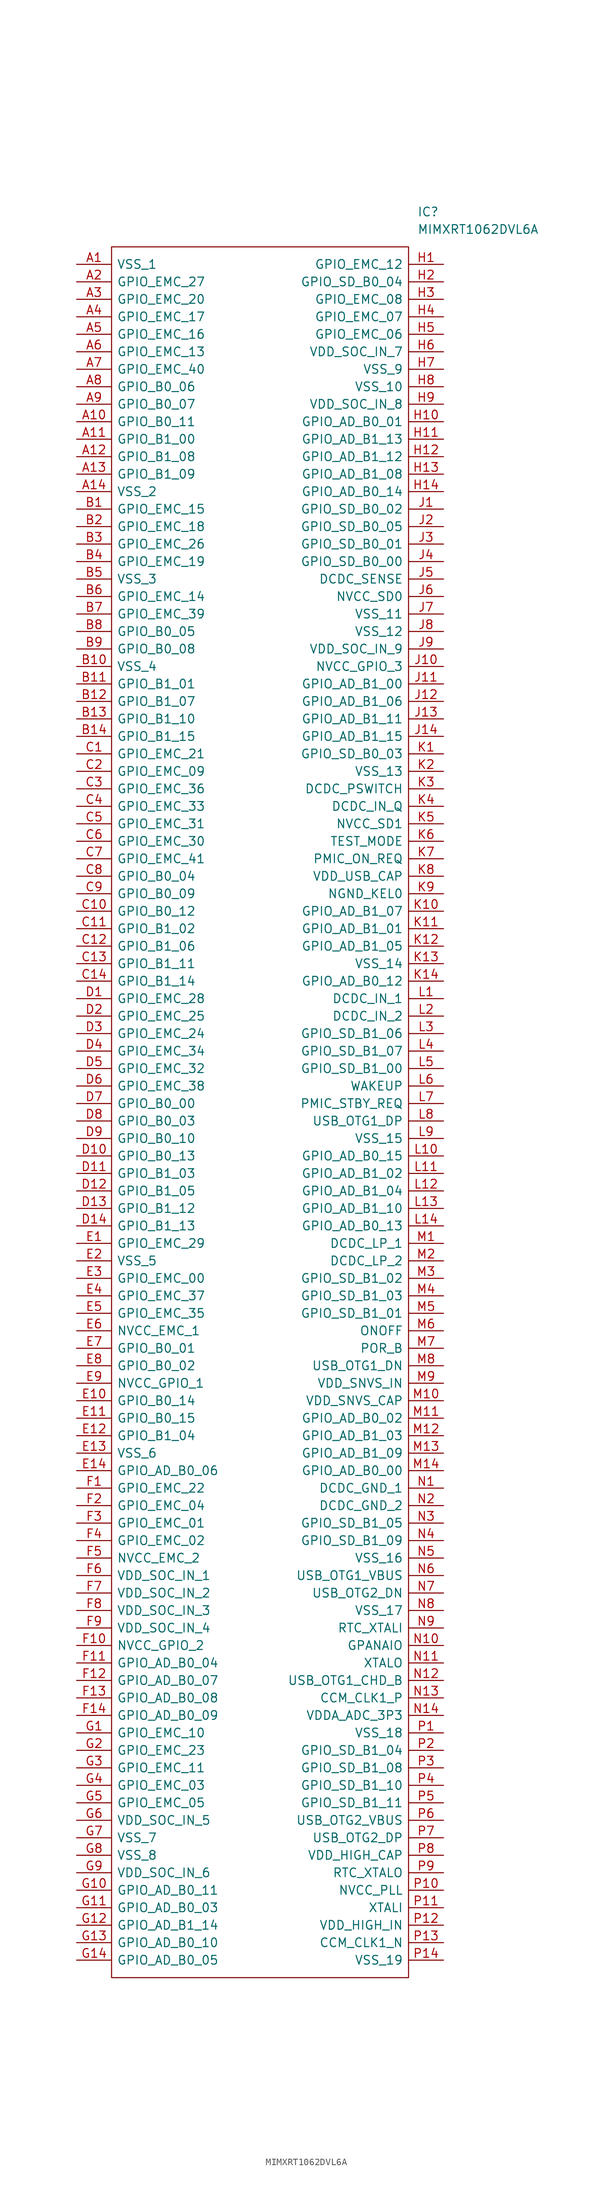
<source format=kicad_sym>
(kicad_symbol_lib
  (version 20241209)
  (generator "kicad_symbol_editor")
  (generator_version "9.0")
  (symbol "MIMXRT1062DVL6A"
    (pin_names
      (offset 0.762))
    (property "Reference" "IC"
      (at 49.53 7.62 0)
      (effects (font (size 1.27 1.27)) (justify left)))
    (property "Value" "MIMXRT1062DVL6A"
      (at 49.53 5.08 0)
      (effects (font (size 1.27 1.27)) (justify left)))
    (symbol "MIMXRT1062DVL6A_0_0"
      (pin passive line (at 0 0 0) (length 5.08) (name "VSS_1" (effects (font (size 1.27 1.27)))) (number "A1" (effects (font (size 1.27 1.27)))))
      (pin passive line (at 0 -2.54 0) (length 5.08) (name "GPIO_EMC_27" (effects (font (size 1.27 1.27)))) (number "A2" (effects (font (size 1.27 1.27)))))
      (pin passive line (at 0 -5.08 0) (length 5.08) (name "GPIO_EMC_20" (effects (font (size 1.27 1.27)))) (number "A3" (effects (font (size 1.27 1.27)))))
      (pin passive line (at 0 -7.62 0) (length 5.08) (name "GPIO_EMC_17" (effects (font (size 1.27 1.27)))) (number "A4" (effects (font (size 1.27 1.27)))))
      (pin passive line (at 0 -10.16 0) (length 5.08) (name "GPIO_EMC_16" (effects (font (size 1.27 1.27)))) (number "A5" (effects (font (size 1.27 1.27)))))
      (pin passive line (at 0 -12.7 0) (length 5.08) (name "GPIO_EMC_13" (effects (font (size 1.27 1.27)))) (number "A6" (effects (font (size 1.27 1.27)))))
      (pin passive line (at 0 -15.24 0) (length 5.08) (name "GPIO_EMC_40" (effects (font (size 1.27 1.27)))) (number "A7" (effects (font (size 1.27 1.27)))))
      (pin passive line (at 0 -17.78 0) (length 5.08) (name "GPIO_B0_06" (effects (font (size 1.27 1.27)))) (number "A8" (effects (font (size 1.27 1.27)))))
      (pin passive line (at 0 -20.32 0) (length 5.08) (name "GPIO_B0_07" (effects (font (size 1.27 1.27)))) (number "A9" (effects (font (size 1.27 1.27)))))
      (pin passive line (at 0 -22.86 0) (length 5.08) (name "GPIO_B0_11" (effects (font (size 1.27 1.27)))) (number "A10" (effects (font (size 1.27 1.27)))))
      (pin passive line (at 0 -25.4 0) (length 5.08) (name "GPIO_B1_00" (effects (font (size 1.27 1.27)))) (number "A11" (effects (font (size 1.27 1.27)))))
      (pin passive line (at 0 -27.94 0) (length 5.08) (name "GPIO_B1_08" (effects (font (size 1.27 1.27)))) (number "A12" (effects (font (size 1.27 1.27)))))
      (pin passive line (at 0 -30.48 0) (length 5.08) (name "GPIO_B1_09" (effects (font (size 1.27 1.27)))) (number "A13" (effects (font (size 1.27 1.27)))))
      (pin passive line (at 0 -33.02 0) (length 5.08) (name "VSS_2" (effects (font (size 1.27 1.27)))) (number "A14" (effects (font (size 1.27 1.27)))))
      (pin passive line (at 0 -35.56 0) (length 5.08) (name "GPIO_EMC_15" (effects (font (size 1.27 1.27)))) (number "B1" (effects (font (size 1.27 1.27)))))
      (pin passive line (at 0 -38.1 0) (length 5.08) (name "GPIO_EMC_18" (effects (font (size 1.27 1.27)))) (number "B2" (effects (font (size 1.27 1.27)))))
      (pin passive line (at 0 -40.64 0) (length 5.08) (name "GPIO_EMC_26" (effects (font (size 1.27 1.27)))) (number "B3" (effects (font (size 1.27 1.27)))))
      (pin passive line (at 0 -43.18 0) (length 5.08) (name "GPIO_EMC_19" (effects (font (size 1.27 1.27)))) (number "B4" (effects (font (size 1.27 1.27)))))
      (pin passive line (at 0 -45.72 0) (length 5.08) (name "VSS_3" (effects (font (size 1.27 1.27)))) (number "B5" (effects (font (size 1.27 1.27)))))
      (pin passive line (at 0 -48.26 0) (length 5.08) (name "GPIO_EMC_14" (effects (font (size 1.27 1.27)))) (number "B6" (effects (font (size 1.27 1.27)))))
      (pin passive line (at 0 -50.8 0) (length 5.08) (name "GPIO_EMC_39" (effects (font (size 1.27 1.27)))) (number "B7" (effects (font (size 1.27 1.27)))))
      (pin passive line (at 0 -53.34 0) (length 5.08) (name "GPIO_B0_05" (effects (font (size 1.27 1.27)))) (number "B8" (effects (font (size 1.27 1.27)))))
      (pin passive line (at 0 -55.88 0) (length 5.08) (name "GPIO_B0_08" (effects (font (size 1.27 1.27)))) (number "B9" (effects (font (size 1.27 1.27)))))
      (pin passive line (at 0 -58.42 0) (length 5.08) (name "VSS_4" (effects (font (size 1.27 1.27)))) (number "B10" (effects (font (size 1.27 1.27)))))
      (pin passive line (at 0 -60.96 0) (length 5.08) (name "GPIO_B1_01" (effects (font (size 1.27 1.27)))) (number "B11" (effects (font (size 1.27 1.27)))))
      (pin passive line (at 0 -63.5 0) (length 5.08) (name "GPIO_B1_07" (effects (font (size 1.27 1.27)))) (number "B12" (effects (font (size 1.27 1.27)))))
      (pin passive line (at 0 -66.04 0) (length 5.08) (name "GPIO_B1_10" (effects (font (size 1.27 1.27)))) (number "B13" (effects (font (size 1.27 1.27)))))
      (pin passive line (at 0 -68.58 0) (length 5.08) (name "GPIO_B1_15" (effects (font (size 1.27 1.27)))) (number "B14" (effects (font (size 1.27 1.27)))))
      (pin passive line (at 0 -71.12 0) (length 5.08) (name "GPIO_EMC_21" (effects (font (size 1.27 1.27)))) (number "C1" (effects (font (size 1.27 1.27)))))
      (pin passive line (at 0 -73.66 0) (length 5.08) (name "GPIO_EMC_09" (effects (font (size 1.27 1.27)))) (number "C2" (effects (font (size 1.27 1.27)))))
      (pin passive line (at 0 -76.2 0) (length 5.08) (name "GPIO_EMC_36" (effects (font (size 1.27 1.27)))) (number "C3" (effects (font (size 1.27 1.27)))))
      (pin passive line (at 0 -78.74 0) (length 5.08) (name "GPIO_EMC_33" (effects (font (size 1.27 1.27)))) (number "C4" (effects (font (size 1.27 1.27)))))
      (pin passive line (at 0 -81.28 0) (length 5.08) (name "GPIO_EMC_31" (effects (font (size 1.27 1.27)))) (number "C5" (effects (font (size 1.27 1.27)))))
      (pin passive line (at 0 -83.82 0) (length 5.08) (name "GPIO_EMC_30" (effects (font (size 1.27 1.27)))) (number "C6" (effects (font (size 1.27 1.27)))))
      (pin passive line (at 0 -86.36 0) (length 5.08) (name "GPIO_EMC_41" (effects (font (size 1.27 1.27)))) (number "C7" (effects (font (size 1.27 1.27)))))
      (pin passive line (at 0 -88.9 0) (length 5.08) (name "GPIO_B0_04" (effects (font (size 1.27 1.27)))) (number "C8" (effects (font (size 1.27 1.27)))))
      (pin passive line (at 0 -91.44 0) (length 5.08) (name "GPIO_B0_09" (effects (font (size 1.27 1.27)))) (number "C9" (effects (font (size 1.27 1.27)))))
      (pin passive line (at 0 -93.98 0) (length 5.08) (name "GPIO_B0_12" (effects (font (size 1.27 1.27)))) (number "C10" (effects (font (size 1.27 1.27)))))
      (pin passive line (at 0 -96.52 0) (length 5.08) (name "GPIO_B1_02" (effects (font (size 1.27 1.27)))) (number "C11" (effects (font (size 1.27 1.27)))))
      (pin passive line (at 0 -99.06 0) (length 5.08) (name "GPIO_B1_06" (effects (font (size 1.27 1.27)))) (number "C12" (effects (font (size 1.27 1.27)))))
      (pin passive line (at 0 -101.6 0) (length 5.08) (name "GPIO_B1_11" (effects (font (size 1.27 1.27)))) (number "C13" (effects (font (size 1.27 1.27)))))
      (pin passive line (at 0 -104.14 0) (length 5.08) (name "GPIO_B1_14" (effects (font (size 1.27 1.27)))) (number "C14" (effects (font (size 1.27 1.27)))))
      (pin passive line (at 0 -106.68 0) (length 5.08) (name "GPIO_EMC_28" (effects (font (size 1.27 1.27)))) (number "D1" (effects (font (size 1.27 1.27)))))
      (pin passive line (at 0 -109.22 0) (length 5.08) (name "GPIO_EMC_25" (effects (font (size 1.27 1.27)))) (number "D2" (effects (font (size 1.27 1.27)))))
      (pin passive line (at 0 -111.76 0) (length 5.08) (name "GPIO_EMC_24" (effects (font (size 1.27 1.27)))) (number "D3" (effects (font (size 1.27 1.27)))))
      (pin passive line (at 0 -114.3 0) (length 5.08) (name "GPIO_EMC_34" (effects (font (size 1.27 1.27)))) (number "D4" (effects (font (size 1.27 1.27)))))
      (pin passive line (at 0 -116.84 0) (length 5.08) (name "GPIO_EMC_32" (effects (font (size 1.27 1.27)))) (number "D5" (effects (font (size 1.27 1.27)))))
      (pin passive line (at 0 -119.38 0) (length 5.08) (name "GPIO_EMC_38" (effects (font (size 1.27 1.27)))) (number "D6" (effects (font (size 1.27 1.27)))))
      (pin passive line (at 0 -121.92 0) (length 5.08) (name "GPIO_B0_00" (effects (font (size 1.27 1.27)))) (number "D7" (effects (font (size 1.27 1.27)))))
      (pin passive line (at 0 -124.46 0) (length 5.08) (name "GPIO_B0_03" (effects (font (size 1.27 1.27)))) (number "D8" (effects (font (size 1.27 1.27)))))
      (pin passive line (at 0 -127 0) (length 5.08) (name "GPIO_B0_10" (effects (font (size 1.27 1.27)))) (number "D9" (effects (font (size 1.27 1.27)))))
      (pin passive line (at 0 -129.54 0) (length 5.08) (name "GPIO_B0_13" (effects (font (size 1.27 1.27)))) (number "D10" (effects (font (size 1.27 1.27)))))
      (pin passive line (at 0 -132.08 0) (length 5.08) (name "GPIO_B1_03" (effects (font (size 1.27 1.27)))) (number "D11" (effects (font (size 1.27 1.27)))))
      (pin passive line (at 0 -134.62 0) (length 5.08) (name "GPIO_B1_05" (effects (font (size 1.27 1.27)))) (number "D12" (effects (font (size 1.27 1.27)))))
      (pin passive line (at 0 -137.16 0) (length 5.08) (name "GPIO_B1_12" (effects (font (size 1.27 1.27)))) (number "D13" (effects (font (size 1.27 1.27)))))
      (pin passive line (at 0 -139.7 0) (length 5.08) (name "GPIO_B1_13" (effects (font (size 1.27 1.27)))) (number "D14" (effects (font (size 1.27 1.27)))))
      (pin passive line (at 0 -142.24 0) (length 5.08) (name "GPIO_EMC_29" (effects (font (size 1.27 1.27)))) (number "E1" (effects (font (size 1.27 1.27)))))
      (pin passive line (at 0 -144.78 0) (length 5.08) (name "VSS_5" (effects (font (size 1.27 1.27)))) (number "E2" (effects (font (size 1.27 1.27)))))
      (pin passive line (at 0 -147.32 0) (length 5.08) (name "GPIO_EMC_00" (effects (font (size 1.27 1.27)))) (number "E3" (effects (font (size 1.27 1.27)))))
      (pin passive line (at 0 -149.86 0) (length 5.08) (name "GPIO_EMC_37" (effects (font (size 1.27 1.27)))) (number "E4" (effects (font (size 1.27 1.27)))))
      (pin passive line (at 0 -152.4 0) (length 5.08) (name "GPIO_EMC_35" (effects (font (size 1.27 1.27)))) (number "E5" (effects (font (size 1.27 1.27)))))
      (pin passive line (at 0 -154.94 0) (length 5.08) (name "NVCC_EMC_1" (effects (font (size 1.27 1.27)))) (number "E6" (effects (font (size 1.27 1.27)))))
      (pin passive line (at 0 -157.48 0) (length 5.08) (name "GPIO_B0_01" (effects (font (size 1.27 1.27)))) (number "E7" (effects (font (size 1.27 1.27)))))
      (pin passive line (at 0 -160.02 0) (length 5.08) (name "GPIO_B0_02" (effects (font (size 1.27 1.27)))) (number "E8" (effects (font (size 1.27 1.27)))))
      (pin passive line (at 0 -162.56 0) (length 5.08) (name "NVCC_GPIO_1" (effects (font (size 1.27 1.27)))) (number "E9" (effects (font (size 1.27 1.27)))))
      (pin passive line (at 0 -165.1 0) (length 5.08) (name "GPIO_B0_14" (effects (font (size 1.27 1.27)))) (number "E10" (effects (font (size 1.27 1.27)))))
      (pin passive line (at 0 -167.64 0) (length 5.08) (name "GPIO_B0_15" (effects (font (size 1.27 1.27)))) (number "E11" (effects (font (size 1.27 1.27)))))
      (pin passive line (at 0 -170.18 0) (length 5.08) (name "GPIO_B1_04" (effects (font (size 1.27 1.27)))) (number "E12" (effects (font (size 1.27 1.27)))))
      (pin passive line (at 0 -172.72 0) (length 5.08) (name "VSS_6" (effects (font (size 1.27 1.27)))) (number "E13" (effects (font (size 1.27 1.27)))))
      (pin passive line (at 0 -175.26 0) (length 5.08) (name "GPIO_AD_B0_06" (effects (font (size 1.27 1.27)))) (number "E14" (effects (font (size 1.27 1.27)))))
      (pin passive line (at 0 -177.8 0) (length 5.08) (name "GPIO_EMC_22" (effects (font (size 1.27 1.27)))) (number "F1" (effects (font (size 1.27 1.27)))))
      (pin passive line (at 0 -180.34 0) (length 5.08) (name "GPIO_EMC_04" (effects (font (size 1.27 1.27)))) (number "F2" (effects (font (size 1.27 1.27)))))
      (pin passive line (at 0 -182.88 0) (length 5.08) (name "GPIO_EMC_01" (effects (font (size 1.27 1.27)))) (number "F3" (effects (font (size 1.27 1.27)))))
      (pin passive line (at 0 -185.42 0) (length 5.08) (name "GPIO_EMC_02" (effects (font (size 1.27 1.27)))) (number "F4" (effects (font (size 1.27 1.27)))))
      (pin passive line (at 0 -187.96 0) (length 5.08) (name "NVCC_EMC_2" (effects (font (size 1.27 1.27)))) (number "F5" (effects (font (size 1.27 1.27)))))
      (pin passive line (at 0 -190.5 0) (length 5.08) (name "VDD_SOC_IN_1" (effects (font (size 1.27 1.27)))) (number "F6" (effects (font (size 1.27 1.27)))))
      (pin passive line (at 0 -193.04 0) (length 5.08) (name "VDD_SOC_IN_2" (effects (font (size 1.27 1.27)))) (number "F7" (effects (font (size 1.27 1.27)))))
      (pin passive line (at 0 -195.58 0) (length 5.08) (name "VDD_SOC_IN_3" (effects (font (size 1.27 1.27)))) (number "F8" (effects (font (size 1.27 1.27)))))
      (pin passive line (at 0 -198.12 0) (length 5.08) (name "VDD_SOC_IN_4" (effects (font (size 1.27 1.27)))) (number "F9" (effects (font (size 1.27 1.27)))))
      (pin passive line (at 0 -200.66 0) (length 5.08) (name "NVCC_GPIO_2" (effects (font (size 1.27 1.27)))) (number "F10" (effects (font (size 1.27 1.27)))))
      (pin passive line (at 0 -203.2 0) (length 5.08) (name "GPIO_AD_B0_04" (effects (font (size 1.27 1.27)))) (number "F11" (effects (font (size 1.27 1.27)))))
      (pin passive line (at 0 -205.74 0) (length 5.08) (name "GPIO_AD_B0_07" (effects (font (size 1.27 1.27)))) (number "F12" (effects (font (size 1.27 1.27)))))
      (pin passive line (at 0 -208.28 0) (length 5.08) (name "GPIO_AD_B0_08" (effects (font (size 1.27 1.27)))) (number "F13" (effects (font (size 1.27 1.27)))))
      (pin passive line (at 0 -210.82 0) (length 5.08) (name "GPIO_AD_B0_09" (effects (font (size 1.27 1.27)))) (number "F14" (effects (font (size 1.27 1.27)))))
      (pin passive line (at 0 -213.36 0) (length 5.08) (name "GPIO_EMC_10" (effects (font (size 1.27 1.27)))) (number "G1" (effects (font (size 1.27 1.27)))))
      (pin passive line (at 0 -215.9 0) (length 5.08) (name "GPIO_EMC_23" (effects (font (size 1.27 1.27)))) (number "G2" (effects (font (size 1.27 1.27)))))
      (pin passive line (at 0 -218.44 0) (length 5.08) (name "GPIO_EMC_11" (effects (font (size 1.27 1.27)))) (number "G3" (effects (font (size 1.27 1.27)))))
      (pin passive line (at 0 -220.98 0) (length 5.08) (name "GPIO_EMC_03" (effects (font (size 1.27 1.27)))) (number "G4" (effects (font (size 1.27 1.27)))))
      (pin passive line (at 0 -223.52 0) (length 5.08) (name "GPIO_EMC_05" (effects (font (size 1.27 1.27)))) (number "G5" (effects (font (size 1.27 1.27)))))
      (pin passive line (at 0 -226.06 0) (length 5.08) (name "VDD_SOC_IN_5" (effects (font (size 1.27 1.27)))) (number "G6" (effects (font (size 1.27 1.27)))))
      (pin passive line (at 0 -228.6 0) (length 5.08) (name "VSS_7" (effects (font (size 1.27 1.27)))) (number "G7" (effects (font (size 1.27 1.27)))))
      (pin passive line (at 0 -231.14 0) (length 5.08) (name "VSS_8" (effects (font (size 1.27 1.27)))) (number "G8" (effects (font (size 1.27 1.27)))))
      (pin passive line (at 0 -233.68 0) (length 5.08) (name "VDD_SOC_IN_6" (effects (font (size 1.27 1.27)))) (number "G9" (effects (font (size 1.27 1.27)))))
      (pin passive line (at 0 -236.22 0) (length 5.08) (name "GPIO_AD_B0_11" (effects (font (size 1.27 1.27)))) (number "G10" (effects (font (size 1.27 1.27)))))
      (pin passive line (at 0 -238.76 0) (length 5.08) (name "GPIO_AD_B0_03" (effects (font (size 1.27 1.27)))) (number "G11" (effects (font (size 1.27 1.27)))))
      (pin passive line (at 0 -241.3 0) (length 5.08) (name "GPIO_AD_B1_14" (effects (font (size 1.27 1.27)))) (number "G12" (effects (font (size 1.27 1.27)))))
      (pin passive line (at 0 -243.84 0) (length 5.08) (name "GPIO_AD_B0_10" (effects (font (size 1.27 1.27)))) (number "G13" (effects (font (size 1.27 1.27)))))
      (pin passive line (at 0 -246.38 0) (length 5.08) (name "GPIO_AD_B0_05" (effects (font (size 1.27 1.27)))) (number "G14" (effects (font (size 1.27 1.27)))))
      (pin passive line (at 53.34 0 180) (length 5.08) (name "GPIO_EMC_12" (effects (font (size 1.27 1.27)))) (number "H1" (effects (font (size 1.27 1.27)))))
      (pin passive line (at 53.34 -2.54 180) (length 5.08) (name "GPIO_SD_B0_04" (effects (font (size 1.27 1.27)))) (number "H2" (effects (font (size 1.27 1.27)))))
      (pin passive line (at 53.34 -5.08 180) (length 5.08) (name "GPIO_EMC_08" (effects (font (size 1.27 1.27)))) (number "H3" (effects (font (size 1.27 1.27)))))
      (pin passive line (at 53.34 -7.62 180) (length 5.08) (name "GPIO_EMC_07" (effects (font (size 1.27 1.27)))) (number "H4" (effects (font (size 1.27 1.27)))))
      (pin passive line (at 53.34 -10.16 180) (length 5.08) (name "GPIO_EMC_06" (effects (font (size 1.27 1.27)))) (number "H5" (effects (font (size 1.27 1.27)))))
      (pin passive line (at 53.34 -12.7 180) (length 5.08) (name "VDD_SOC_IN_7" (effects (font (size 1.27 1.27)))) (number "H6" (effects (font (size 1.27 1.27)))))
      (pin passive line (at 53.34 -15.24 180) (length 5.08) (name "VSS_9" (effects (font (size 1.27 1.27)))) (number "H7" (effects (font (size 1.27 1.27)))))
      (pin passive line (at 53.34 -17.78 180) (length 5.08) (name "VSS_10" (effects (font (size 1.27 1.27)))) (number "H8" (effects (font (size 1.27 1.27)))))
      (pin passive line (at 53.34 -20.32 180) (length 5.08) (name "VDD_SOC_IN_8" (effects (font (size 1.27 1.27)))) (number "H9" (effects (font (size 1.27 1.27)))))
      (pin passive line (at 53.34 -22.86 180) (length 5.08) (name "GPIO_AD_B0_01" (effects (font (size 1.27 1.27)))) (number "H10" (effects (font (size 1.27 1.27)))))
      (pin passive line (at 53.34 -25.4 180) (length 5.08) (name "GPIO_AD_B1_13" (effects (font (size 1.27 1.27)))) (number "H11" (effects (font (size 1.27 1.27)))))
      (pin passive line (at 53.34 -27.94 180) (length 5.08) (name "GPIO_AD_B1_12" (effects (font (size 1.27 1.27)))) (number "H12" (effects (font (size 1.27 1.27)))))
      (pin passive line (at 53.34 -30.48 180) (length 5.08) (name "GPIO_AD_B1_08" (effects (font (size 1.27 1.27)))) (number "H13" (effects (font (size 1.27 1.27)))))
      (pin passive line (at 53.34 -33.02 180) (length 5.08) (name "GPIO_AD_B0_14" (effects (font (size 1.27 1.27)))) (number "H14" (effects (font (size 1.27 1.27)))))
      (pin passive line (at 53.34 -35.56 180) (length 5.08) (name "GPIO_SD_B0_02" (effects (font (size 1.27 1.27)))) (number "J1" (effects (font (size 1.27 1.27)))))
      (pin passive line (at 53.34 -38.1 180) (length 5.08) (name "GPIO_SD_B0_05" (effects (font (size 1.27 1.27)))) (number "J2" (effects (font (size 1.27 1.27)))))
      (pin passive line (at 53.34 -40.64 180) (length 5.08) (name "GPIO_SD_B0_01" (effects (font (size 1.27 1.27)))) (number "J3" (effects (font (size 1.27 1.27)))))
      (pin passive line (at 53.34 -43.18 180) (length 5.08) (name "GPIO_SD_B0_00" (effects (font (size 1.27 1.27)))) (number "J4" (effects (font (size 1.27 1.27)))))
      (pin passive line (at 53.34 -45.72 180) (length 5.08) (name "DCDC_SENSE" (effects (font (size 1.27 1.27)))) (number "J5" (effects (font (size 1.27 1.27)))))
      (pin passive line (at 53.34 -48.26 180) (length 5.08) (name "NVCC_SD0" (effects (font (size 1.27 1.27)))) (number "J6" (effects (font (size 1.27 1.27)))))
      (pin passive line (at 53.34 -50.8 180) (length 5.08) (name "VSS_11" (effects (font (size 1.27 1.27)))) (number "J7" (effects (font (size 1.27 1.27)))))
      (pin passive line (at 53.34 -53.34 180) (length 5.08) (name "VSS_12" (effects (font (size 1.27 1.27)))) (number "J8" (effects (font (size 1.27 1.27)))))
      (pin passive line (at 53.34 -55.88 180) (length 5.08) (name "VDD_SOC_IN_9" (effects (font (size 1.27 1.27)))) (number "J9" (effects (font (size 1.27 1.27)))))
      (pin passive line (at 53.34 -58.42 180) (length 5.08) (name "NVCC_GPIO_3" (effects (font (size 1.27 1.27)))) (number "J10" (effects (font (size 1.27 1.27)))))
      (pin passive line (at 53.34 -60.96 180) (length 5.08) (name "GPIO_AD_B1_00" (effects (font (size 1.27 1.27)))) (number "J11" (effects (font (size 1.27 1.27)))))
      (pin passive line (at 53.34 -63.5 180) (length 5.08) (name "GPIO_AD_B1_06" (effects (font (size 1.27 1.27)))) (number "J12" (effects (font (size 1.27 1.27)))))
      (pin passive line (at 53.34 -66.04 180) (length 5.08) (name "GPIO_AD_B1_11" (effects (font (size 1.27 1.27)))) (number "J13" (effects (font (size 1.27 1.27)))))
      (pin passive line (at 53.34 -68.58 180) (length 5.08) (name "GPIO_AD_B1_15" (effects (font (size 1.27 1.27)))) (number "J14" (effects (font (size 1.27 1.27)))))
      (pin passive line (at 53.34 -71.12 180) (length 5.08) (name "GPIO_SD_B0_03" (effects (font (size 1.27 1.27)))) (number "K1" (effects (font (size 1.27 1.27)))))
      (pin passive line (at 53.34 -73.66 180) (length 5.08) (name "VSS_13" (effects (font (size 1.27 1.27)))) (number "K2" (effects (font (size 1.27 1.27)))))
      (pin passive line (at 53.34 -76.2 180) (length 5.08) (name "DCDC_PSWITCH" (effects (font (size 1.27 1.27)))) (number "K3" (effects (font (size 1.27 1.27)))))
      (pin passive line (at 53.34 -78.74 180) (length 5.08) (name "DCDC_IN_Q" (effects (font (size 1.27 1.27)))) (number "K4" (effects (font (size 1.27 1.27)))))
      (pin passive line (at 53.34 -81.28 180) (length 5.08) (name "NVCC_SD1" (effects (font (size 1.27 1.27)))) (number "K5" (effects (font (size 1.27 1.27)))))
      (pin passive line (at 53.34 -83.82 180) (length 5.08) (name "TEST_MODE" (effects (font (size 1.27 1.27)))) (number "K6" (effects (font (size 1.27 1.27)))))
      (pin passive line (at 53.34 -86.36 180) (length 5.08) (name "PMIC_ON_REQ" (effects (font (size 1.27 1.27)))) (number "K7" (effects (font (size 1.27 1.27)))))
      (pin passive line (at 53.34 -88.9 180) (length 5.08) (name "VDD_USB_CAP" (effects (font (size 1.27 1.27)))) (number "K8" (effects (font (size 1.27 1.27)))))
      (pin passive line (at 53.34 -91.44 180) (length 5.08) (name "NGND_KEL0" (effects (font (size 1.27 1.27)))) (number "K9" (effects (font (size 1.27 1.27)))))
      (pin passive line (at 53.34 -93.98 180) (length 5.08) (name "GPIO_AD_B1_07" (effects (font (size 1.27 1.27)))) (number "K10" (effects (font (size 1.27 1.27)))))
      (pin passive line (at 53.34 -96.52 180) (length 5.08) (name "GPIO_AD_B1_01" (effects (font (size 1.27 1.27)))) (number "K11" (effects (font (size 1.27 1.27)))))
      (pin passive line (at 53.34 -99.06 180) (length 5.08) (name "GPIO_AD_B1_05" (effects (font (size 1.27 1.27)))) (number "K12" (effects (font (size 1.27 1.27)))))
      (pin passive line (at 53.34 -101.6 180) (length 5.08) (name "VSS_14" (effects (font (size 1.27 1.27)))) (number "K13" (effects (font (size 1.27 1.27)))))
      (pin passive line (at 53.34 -104.14 180) (length 5.08) (name "GPIO_AD_B0_12" (effects (font (size 1.27 1.27)))) (number "K14" (effects (font (size 1.27 1.27)))))
      (pin passive line (at 53.34 -106.68 180) (length 5.08) (name "DCDC_IN_1" (effects (font (size 1.27 1.27)))) (number "L1" (effects (font (size 1.27 1.27)))))
      (pin passive line (at 53.34 -109.22 180) (length 5.08) (name "DCDC_IN_2" (effects (font (size 1.27 1.27)))) (number "L2" (effects (font (size 1.27 1.27)))))
      (pin passive line (at 53.34 -111.76 180) (length 5.08) (name "GPIO_SD_B1_06" (effects (font (size 1.27 1.27)))) (number "L3" (effects (font (size 1.27 1.27)))))
      (pin passive line (at 53.34 -114.3 180) (length 5.08) (name "GPIO_SD_B1_07" (effects (font (size 1.27 1.27)))) (number "L4" (effects (font (size 1.27 1.27)))))
      (pin passive line (at 53.34 -116.84 180) (length 5.08) (name "GPIO_SD_B1_00" (effects (font (size 1.27 1.27)))) (number "L5" (effects (font (size 1.27 1.27)))))
      (pin passive line (at 53.34 -119.38 180) (length 5.08) (name "WAKEUP" (effects (font (size 1.27 1.27)))) (number "L6" (effects (font (size 1.27 1.27)))))
      (pin passive line (at 53.34 -121.92 180) (length 5.08) (name "PMIC_STBY_REQ" (effects (font (size 1.27 1.27)))) (number "L7" (effects (font (size 1.27 1.27)))))
      (pin passive line (at 53.34 -124.46 180) (length 5.08) (name "USB_OTG1_DP" (effects (font (size 1.27 1.27)))) (number "L8" (effects (font (size 1.27 1.27)))))
      (pin passive line (at 53.34 -127 180) (length 5.08) (name "VSS_15" (effects (font (size 1.27 1.27)))) (number "L9" (effects (font (size 1.27 1.27)))))
      (pin passive line (at 53.34 -129.54 180) (length 5.08) (name "GPIO_AD_B0_15" (effects (font (size 1.27 1.27)))) (number "L10" (effects (font (size 1.27 1.27)))))
      (pin passive line (at 53.34 -132.08 180) (length 5.08) (name "GPIO_AD_B1_02" (effects (font (size 1.27 1.27)))) (number "L11" (effects (font (size 1.27 1.27)))))
      (pin passive line (at 53.34 -134.62 180) (length 5.08) (name "GPIO_AD_B1_04" (effects (font (size 1.27 1.27)))) (number "L12" (effects (font (size 1.27 1.27)))))
      (pin passive line (at 53.34 -137.16 180) (length 5.08) (name "GPIO_AD_B1_10" (effects (font (size 1.27 1.27)))) (number "L13" (effects (font (size 1.27 1.27)))))
      (pin passive line (at 53.34 -139.7 180) (length 5.08) (name "GPIO_AD_B0_13" (effects (font (size 1.27 1.27)))) (number "L14" (effects (font (size 1.27 1.27)))))
      (pin passive line (at 53.34 -142.24 180) (length 5.08) (name "DCDC_LP_1" (effects (font (size 1.27 1.27)))) (number "M1" (effects (font (size 1.27 1.27)))))
      (pin passive line (at 53.34 -144.78 180) (length 5.08) (name "DCDC_LP_2" (effects (font (size 1.27 1.27)))) (number "M2" (effects (font (size 1.27 1.27)))))
      (pin passive line (at 53.34 -147.32 180) (length 5.08) (name "GPIO_SD_B1_02" (effects (font (size 1.27 1.27)))) (number "M3" (effects (font (size 1.27 1.27)))))
      (pin passive line (at 53.34 -149.86 180) (length 5.08) (name "GPIO_SD_B1_03" (effects (font (size 1.27 1.27)))) (number "M4" (effects (font (size 1.27 1.27)))))
      (pin passive line (at 53.34 -152.4 180) (length 5.08) (name "GPIO_SD_B1_01" (effects (font (size 1.27 1.27)))) (number "M5" (effects (font (size 1.27 1.27)))))
      (pin passive line (at 53.34 -154.94 180) (length 5.08) (name "ONOFF" (effects (font (size 1.27 1.27)))) (number "M6" (effects (font (size 1.27 1.27)))))
      (pin passive line (at 53.34 -157.48 180) (length 5.08) (name "POR_B" (effects (font (size 1.27 1.27)))) (number "M7" (effects (font (size 1.27 1.27)))))
      (pin passive line (at 53.34 -160.02 180) (length 5.08) (name "USB_OTG1_DN" (effects (font (size 1.27 1.27)))) (number "M8" (effects (font (size 1.27 1.27)))))
      (pin passive line (at 53.34 -162.56 180) (length 5.08) (name "VDD_SNVS_IN" (effects (font (size 1.27 1.27)))) (number "M9" (effects (font (size 1.27 1.27)))))
      (pin passive line (at 53.34 -165.1 180) (length 5.08) (name "VDD_SNVS_CAP" (effects (font (size 1.27 1.27)))) (number "M10" (effects (font (size 1.27 1.27)))))
      (pin passive line (at 53.34 -167.64 180) (length 5.08) (name "GPIO_AD_B0_02" (effects (font (size 1.27 1.27)))) (number "M11" (effects (font (size 1.27 1.27)))))
      (pin passive line (at 53.34 -170.18 180) (length 5.08) (name "GPIO_AD_B1_03" (effects (font (size 1.27 1.27)))) (number "M12" (effects (font (size 1.27 1.27)))))
      (pin passive line (at 53.34 -172.72 180) (length 5.08) (name "GPIO_AD_B1_09" (effects (font (size 1.27 1.27)))) (number "M13" (effects (font (size 1.27 1.27)))))
      (pin passive line (at 53.34 -175.26 180) (length 5.08) (name "GPIO_AD_B0_00" (effects (font (size 1.27 1.27)))) (number "M14" (effects (font (size 1.27 1.27)))))
      (pin passive line (at 53.34 -177.8 180) (length 5.08) (name "DCDC_GND_1" (effects (font (size 1.27 1.27)))) (number "N1" (effects (font (size 1.27 1.27)))))
      (pin passive line (at 53.34 -180.34 180) (length 5.08) (name "DCDC_GND_2" (effects (font (size 1.27 1.27)))) (number "N2" (effects (font (size 1.27 1.27)))))
      (pin passive line (at 53.34 -182.88 180) (length 5.08) (name "GPIO_SD_B1_05" (effects (font (size 1.27 1.27)))) (number "N3" (effects (font (size 1.27 1.27)))))
      (pin passive line (at 53.34 -185.42 180) (length 5.08) (name "GPIO_SD_B1_09" (effects (font (size 1.27 1.27)))) (number "N4" (effects (font (size 1.27 1.27)))))
      (pin passive line (at 53.34 -187.96 180) (length 5.08) (name "VSS_16" (effects (font (size 1.27 1.27)))) (number "N5" (effects (font (size 1.27 1.27)))))
      (pin passive line (at 53.34 -190.5 180) (length 5.08) (name "USB_OTG1_VBUS" (effects (font (size 1.27 1.27)))) (number "N6" (effects (font (size 1.27 1.27)))))
      (pin passive line (at 53.34 -193.04 180) (length 5.08) (name "USB_OTG2_DN" (effects (font (size 1.27 1.27)))) (number "N7" (effects (font (size 1.27 1.27)))))
      (pin passive line (at 53.34 -195.58 180) (length 5.08) (name "VSS_17" (effects (font (size 1.27 1.27)))) (number "N8" (effects (font (size 1.27 1.27)))))
      (pin passive line (at 53.34 -198.12 180) (length 5.08) (name "RTC_XTALI" (effects (font (size 1.27 1.27)))) (number "N9" (effects (font (size 1.27 1.27)))))
      (pin passive line (at 53.34 -200.66 180) (length 5.08) (name "GPANAIO" (effects (font (size 1.27 1.27)))) (number "N10" (effects (font (size 1.27 1.27)))))
      (pin passive line (at 53.34 -203.2 180) (length 5.08) (name "XTALO" (effects (font (size 1.27 1.27)))) (number "N11" (effects (font (size 1.27 1.27)))))
      (pin passive line (at 53.34 -205.74 180) (length 5.08) (name "USB_OTG1_CHD_B" (effects (font (size 1.27 1.27)))) (number "N12" (effects (font (size 1.27 1.27)))))
      (pin passive line (at 53.34 -208.28 180) (length 5.08) (name "CCM_CLK1_P" (effects (font (size 1.27 1.27)))) (number "N13" (effects (font (size 1.27 1.27)))))
      (pin passive line (at 53.34 -210.82 180) (length 5.08) (name "VDDA_ADC_3P3" (effects (font (size 1.27 1.27)))) (number "N14" (effects (font (size 1.27 1.27)))))
      (pin passive line (at 53.34 -213.36 180) (length 5.08) (name "VSS_18" (effects (font (size 1.27 1.27)))) (number "P1" (effects (font (size 1.27 1.27)))))
      (pin passive line (at 53.34 -215.9 180) (length 5.08) (name "GPIO_SD_B1_04" (effects (font (size 1.27 1.27)))) (number "P2" (effects (font (size 1.27 1.27)))))
      (pin passive line (at 53.34 -218.44 180) (length 5.08) (name "GPIO_SD_B1_08" (effects (font (size 1.27 1.27)))) (number "P3" (effects (font (size 1.27 1.27)))))
      (pin passive line (at 53.34 -220.98 180) (length 5.08) (name "GPIO_SD_B1_10" (effects (font (size 1.27 1.27)))) (number "P4" (effects (font (size 1.27 1.27)))))
      (pin passive line (at 53.34 -223.52 180) (length 5.08) (name "GPIO_SD_B1_11" (effects (font (size 1.27 1.27)))) (number "P5" (effects (font (size 1.27 1.27)))))
      (pin passive line (at 53.34 -226.06 180) (length 5.08) (name "USB_OTG2_VBUS" (effects (font (size 1.27 1.27)))) (number "P6" (effects (font (size 1.27 1.27)))))
      (pin passive line (at 53.34 -228.6 180) (length 5.08) (name "USB_OTG2_DP" (effects (font (size 1.27 1.27)))) (number "P7" (effects (font (size 1.27 1.27)))))
      (pin passive line (at 53.34 -231.14 180) (length 5.08) (name "VDD_HIGH_CAP" (effects (font (size 1.27 1.27)))) (number "P8" (effects (font (size 1.27 1.27)))))
      (pin passive line (at 53.34 -233.68 180) (length 5.08) (name "RTC_XTALO" (effects (font (size 1.27 1.27)))) (number "P9" (effects (font (size 1.27 1.27)))))
      (pin passive line (at 53.34 -236.22 180) (length 5.08) (name "NVCC_PLL" (effects (font (size 1.27 1.27)))) (number "P10" (effects (font (size 1.27 1.27)))))
      (pin passive line (at 53.34 -238.76 180) (length 5.08) (name "XTALI" (effects (font (size 1.27 1.27)))) (number "P11" (effects (font (size 1.27 1.27)))))
      (pin passive line (at 53.34 -241.3 180) (length 5.08) (name "VDD_HIGH_IN" (effects (font (size 1.27 1.27)))) (number "P12" (effects (font (size 1.27 1.27)))))
      (pin passive line (at 53.34 -243.84 180) (length 5.08) (name "CCM_CLK1_N" (effects (font (size 1.27 1.27)))) (number "P13" (effects (font (size 1.27 1.27)))))
      (pin passive line (at 53.34 -246.38 180) (length 5.08) (name "VSS_19" (effects (font (size 1.27 1.27)))) (number "P14" (effects (font (size 1.27 1.27))))))
    (symbol "MIMXRT1062DVL6A_0_1"
      (polyline (pts (xy 5.08 2.54) (xy 48.26 2.54) (xy 48.26 -248.92) (xy 5.08 -248.92) (xy 5.08 2.54)) (stroke (width 0.152) (type solid)) (fill (type none))))))
</source>
